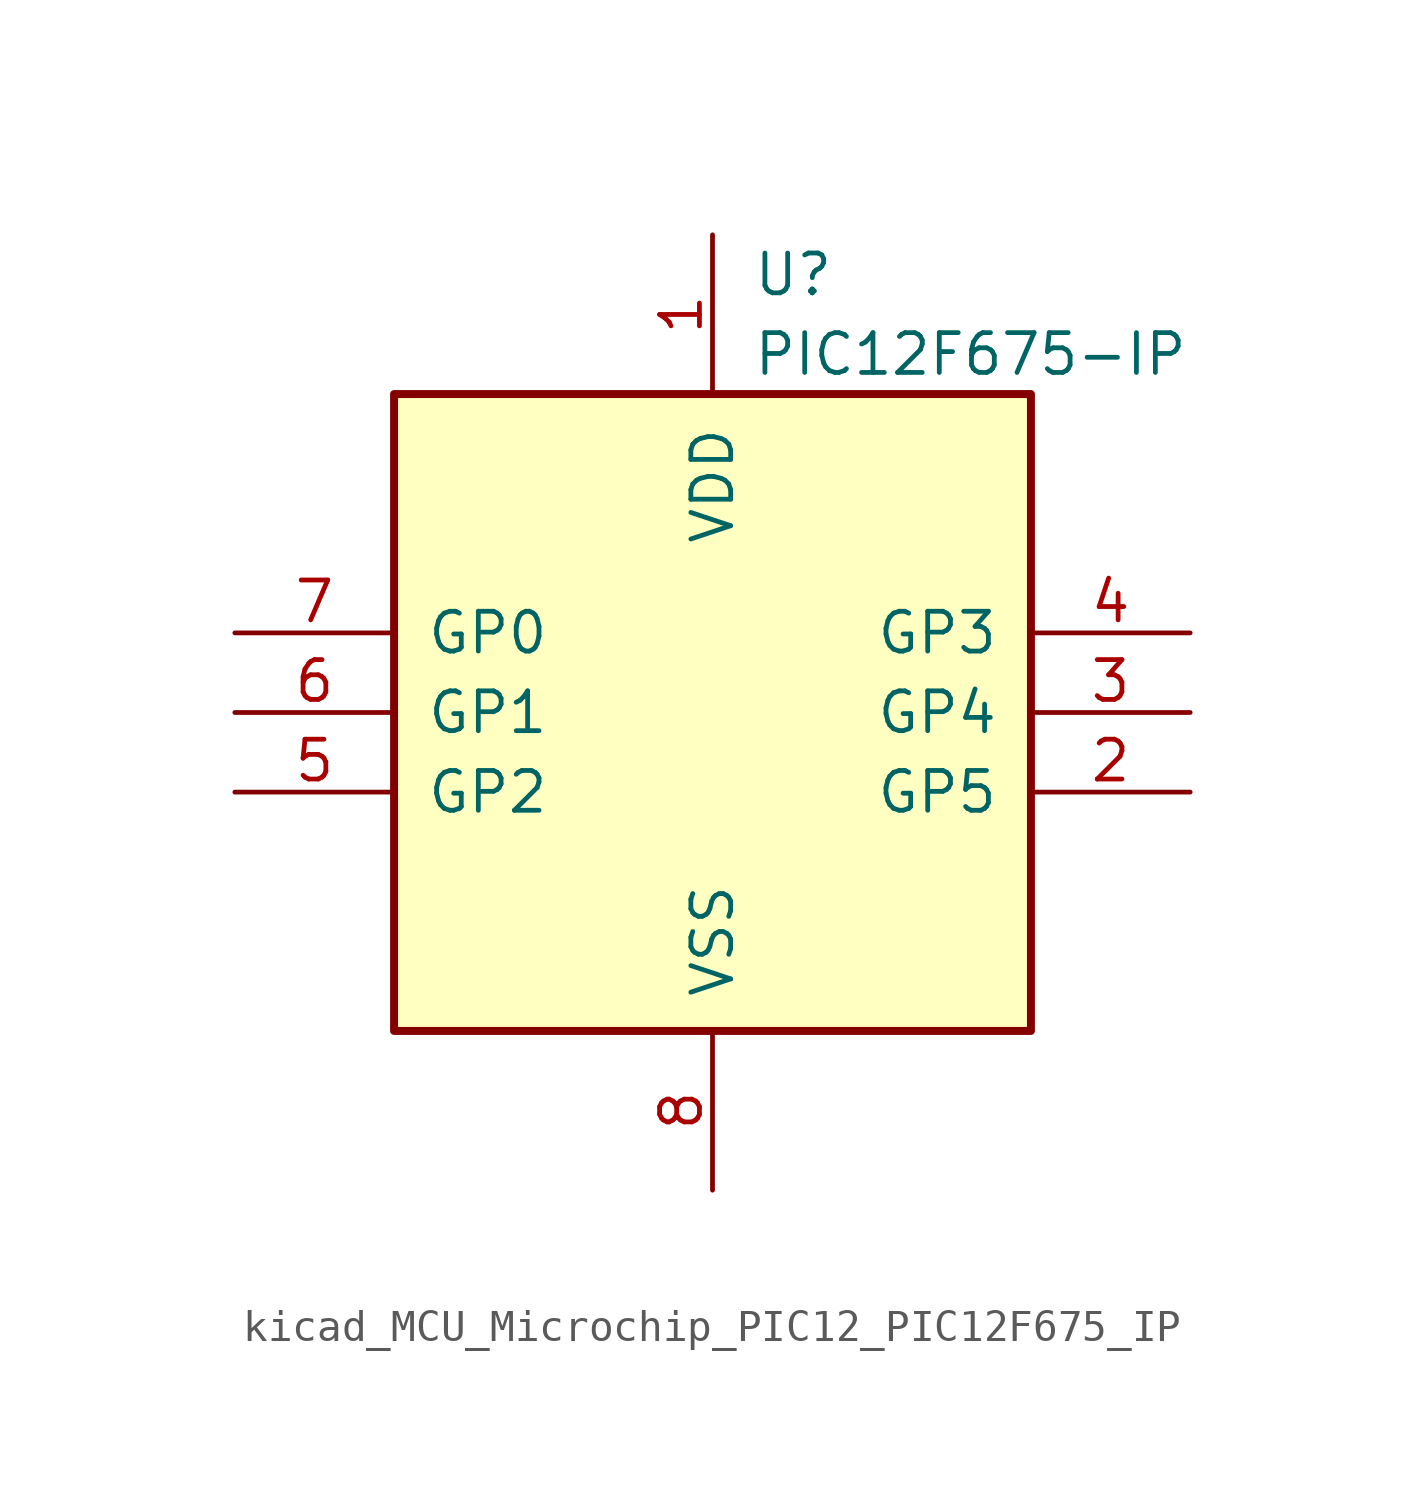
<source format=kicad_sym>
(kicad_symbol_lib
  (version 20220914)
  (generator kicad_symbol_editor)
  (symbol "kicad_MCU_Microchip_PIC12_PIC12F675_IP"
    (pin_names
      (offset 1.016))
    (property "Reference" "U"
      (at 1.27 13.97 0)
      (effects (font (size 1.27 1.27)) (justify left)))
    (property "Value" "PIC12F675-IP"
      (at 1.27 11.43 0)
      (effects (font (size 1.27 1.27)) (justify left)))
    (symbol "kicad_MCU_Microchip_PIC12_PIC12F675_IP_0_1"
      (rectangle (start 10.16 -10.16) (end -10.16 10.16) (stroke (width 0.254) (type default)) (fill (type background))))
    (symbol "kicad_MCU_Microchip_PIC12_PIC12F675_IP_1_1"
      (pin power_in line (at 0 15.24 270) (length 5.08) (name "VDD" (effects (font (size 1.27 1.27)))) (number "1" (effects (font (size 1.27 1.27)))))
      (pin bidirectional line (at 15.24 -2.54 180) (length 5.08) (name "GP5" (effects (font (size 1.27 1.27)))) (number "2" (effects (font (size 1.27 1.27)))))
      (pin bidirectional line (at 15.24 0 180) (length 5.08) (name "GP4" (effects (font (size 1.27 1.27)))) (number "3" (effects (font (size 1.27 1.27)))))
      (pin input line (at 15.24 2.54 180) (length 5.08) (name "GP3" (effects (font (size 1.27 1.27)))) (number "4" (effects (font (size 1.27 1.27)))))
      (pin bidirectional line (at -15.24 -2.54 0) (length 5.08) (name "GP2" (effects (font (size 1.27 1.27)))) (number "5" (effects (font (size 1.27 1.27)))))
      (pin bidirectional line (at -15.24 0 0) (length 5.08) (name "GP1" (effects (font (size 1.27 1.27)))) (number "6" (effects (font (size 1.27 1.27)))))
      (pin bidirectional line (at -15.24 2.54 0) (length 5.08) (name "GP0" (effects (font (size 1.27 1.27)))) (number "7" (effects (font (size 1.27 1.27)))))
      (pin power_in line (at 0 -15.24 90) (length 5.08) (name "VSS" (effects (font (size 1.27 1.27)))) (number "8" (effects (font (size 1.27 1.27))))))))
</source>
